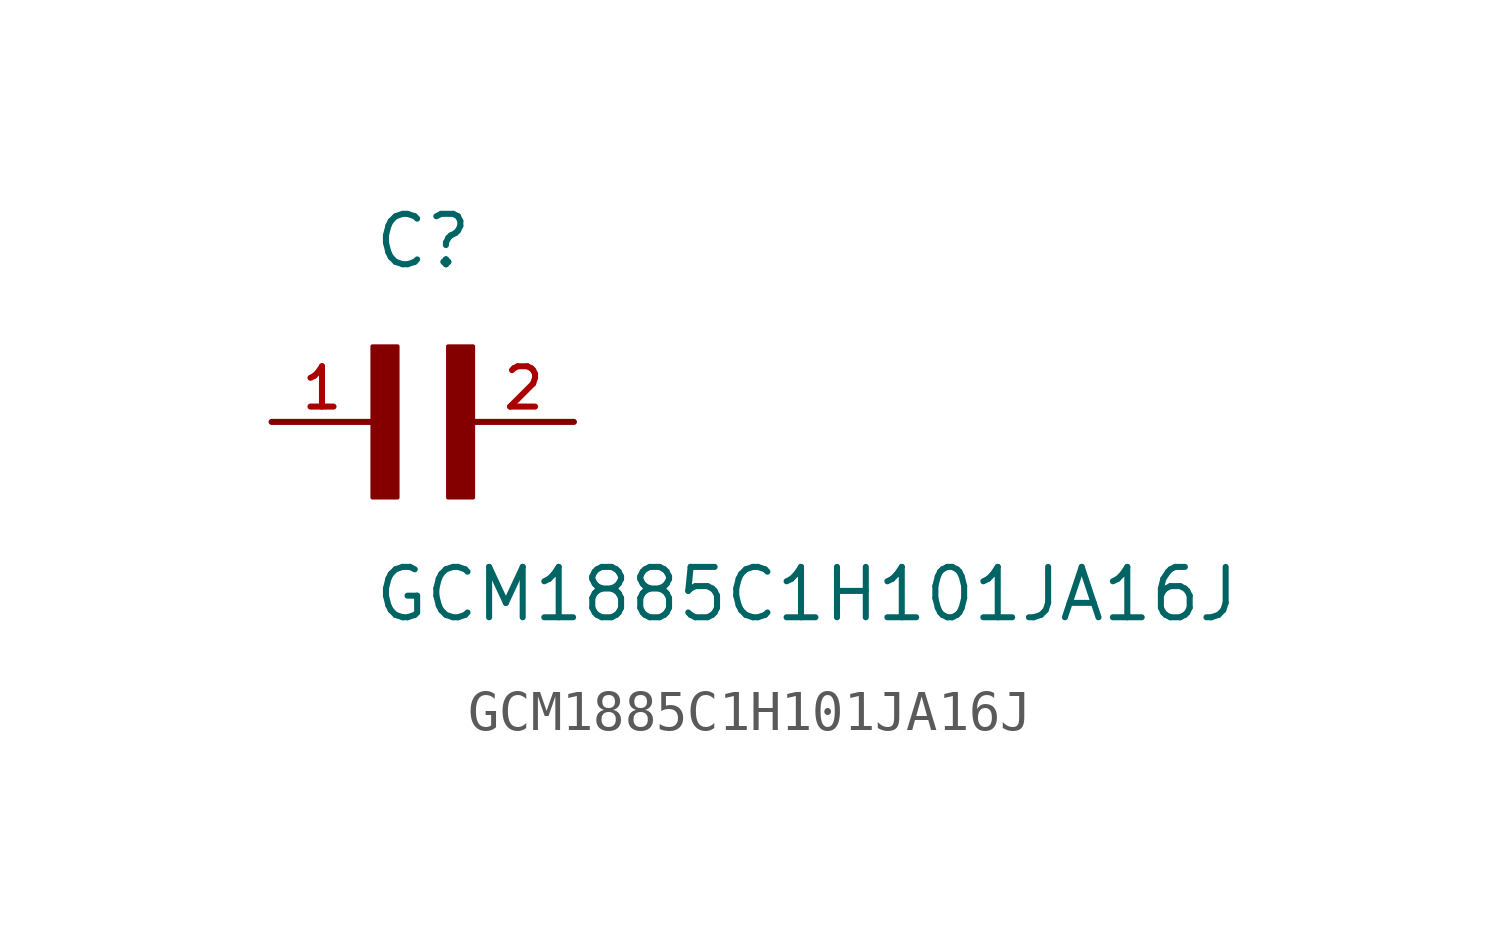
<source format=kicad_sym>
(kicad_symbol_lib
  (version 20211014)
  (generator kicad_symbol_editor)
  (symbol "GCM1885C1H101JA16J"
    (pin_names
      (offset 1.016))
    (property "Reference" "C"
      (at 0.0 3.811 0)
      (effects (font (size 1.27 1.27)) (justify bottom left)))
    (property "Value" "GCM1885C1H101JA16J"
      (at 0.0 -5.088 0)
      (effects (font (size 1.27 1.27)) (justify bottom left)))
    (symbol "GCM1885C1H101JA16J_0_0"
      (rectangle (start 0.0 -1.907) (end 0.635 1.905) (stroke (width 0.1)) (fill (type outline)))
      (rectangle (start 1.907 -1.907) (end 2.54 1.905) (stroke (width 0.1)) (fill (type outline)))
      (pin passive line (at 5.08 0.0 180.0) (length 2.54) (name "~" (effects (font (size 1.016 1.016)))) (number "2" (effects (font (size 1.016 1.016)))))
      (pin passive line (at -2.54 0.0 0) (length 2.54) (name "~" (effects (font (size 1.016 1.016)))) (number "1" (effects (font (size 1.016 1.016))))))))
</source>
